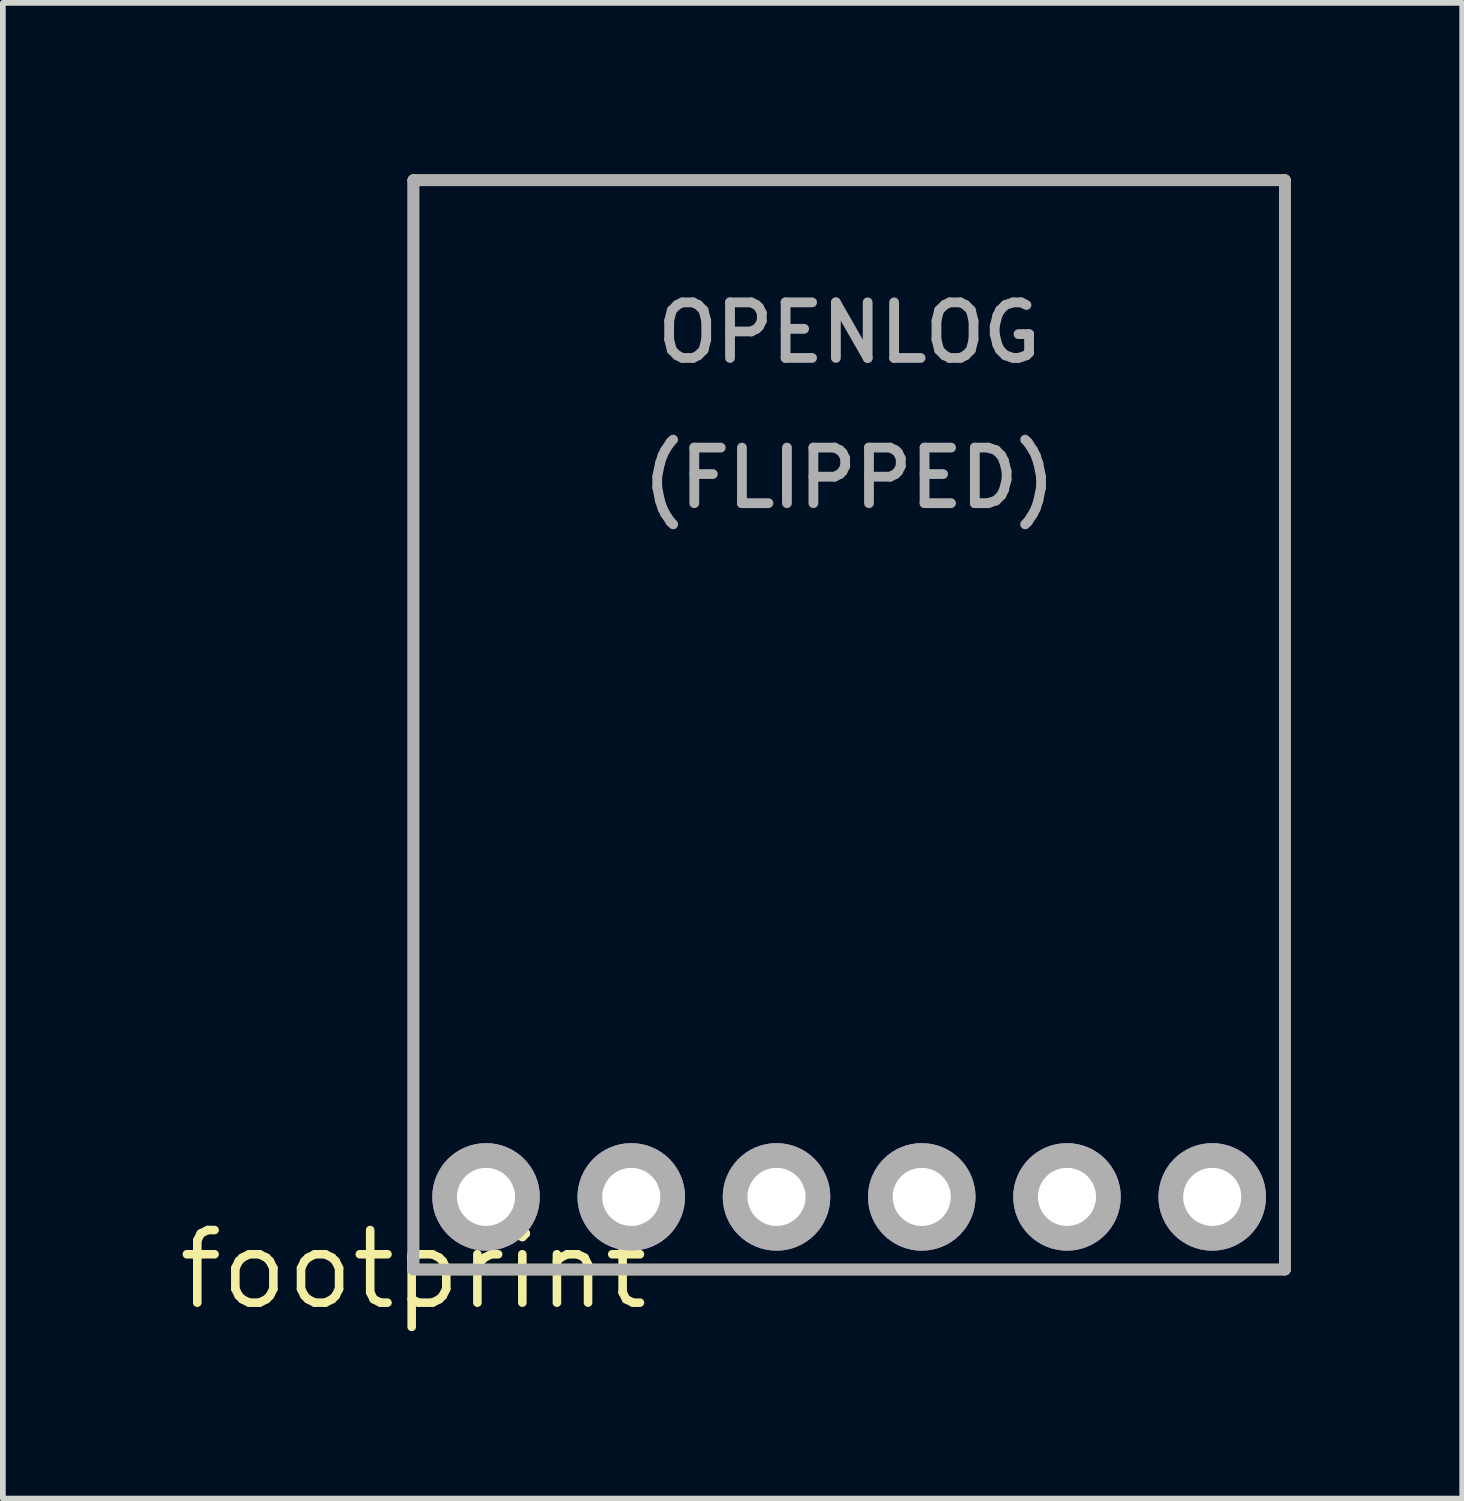
<source format=kicad_pcb>
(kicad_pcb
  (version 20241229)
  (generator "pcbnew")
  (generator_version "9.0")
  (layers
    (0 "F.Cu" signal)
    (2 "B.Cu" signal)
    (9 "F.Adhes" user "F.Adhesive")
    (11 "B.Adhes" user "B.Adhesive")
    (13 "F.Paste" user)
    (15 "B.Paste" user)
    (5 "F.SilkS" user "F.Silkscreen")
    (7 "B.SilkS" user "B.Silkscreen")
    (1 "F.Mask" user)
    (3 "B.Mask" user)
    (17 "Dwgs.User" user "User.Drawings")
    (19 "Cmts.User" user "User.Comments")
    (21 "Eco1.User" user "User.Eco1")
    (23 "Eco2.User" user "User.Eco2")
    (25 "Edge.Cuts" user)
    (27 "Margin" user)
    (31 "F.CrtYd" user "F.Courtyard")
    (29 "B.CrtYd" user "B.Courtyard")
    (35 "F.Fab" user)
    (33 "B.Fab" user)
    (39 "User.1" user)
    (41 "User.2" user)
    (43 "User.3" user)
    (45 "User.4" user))
  (footprint "footprint"
    (layer "F.Cu")
    (at 4.18 19.152)
    (property "Reference" "footprint" (at 0 0 0) (layer "F.SilkS") (effects (font (size 1.27 1.27) (thickness 0.15))))
    (fp_line (start 0 -19.05) (end 0 0) (stroke (width 0.203) (type solid)) (layer "F.SilkS"))
    (fp_line (start 0 0) (end 15.24 0) (stroke (width 0.203) (type solid)) (layer "F.SilkS"))
    (fp_line (start 15.24 -19.05) (end 0 -19.05) (stroke (width 0.203) (type solid)) (layer "F.SilkS"))
    (fp_line (start 15.24 0) (end 15.24 -19.05) (stroke (width 0.203) (type solid)) (layer "F.SilkS"))
    (fp_line (start 0 -19.05) (end 0 0) (stroke (width 0.203) (type solid)) (layer "F.Fab"))
    (fp_line (start 0 0) (end 15.24 0) (stroke (width 0.203) (type solid)) (layer "F.Fab"))
    (fp_line (start 15.24 -19.05) (end 0 -19.05) (stroke (width 0.203) (type solid)) (layer "F.Fab"))
    (fp_line (start 15.24 0) (end 15.24 -19.05) (stroke (width 0.203) (type solid)) (layer "F.Fab"))
    (fp_circle (center 1.27 -1.27) (end 1.74 -1.27) (stroke (width 0.94) (type solid)) (fill no) (layer "F.Fab"))
    (fp_circle (center 3.81 -1.27) (end 4.28 -1.27) (stroke (width 0.94) (type solid)) (fill no) (layer "F.Fab"))
    (fp_circle (center 6.35 -1.27) (end 6.82 -1.27) (stroke (width 0.94) (type solid)) (fill no) (layer "F.Fab"))
    (fp_circle (center 8.89 -1.27) (end 9.36 -1.27) (stroke (width 0.94) (type solid)) (fill no) (layer "F.Fab"))
    (fp_circle (center 11.43 -1.27) (end 11.9 -1.27) (stroke (width 0.94) (type solid)) (fill no) (layer "F.Fab"))
    (fp_circle (center 13.97 -1.27) (end 14.44 -1.27) (stroke (width 0.94) (type solid)) (fill no) (layer "F.Fab"))
    (fp_text user "(FLIPPED)" (at 7.62 -13.843 0) (layer "F.Fab") (effects (font (size 0.972 0.972) (thickness 0.171))))
    (fp_text user "OPENLOG" (at 7.62 -16.383 0) (layer "F.Fab") (effects (font (size 0.972 0.972) (thickness 0.171))))
    (pad "BLK" thru_hole circle (at 1.27 -1.27) (size 1.88 1.88) (drill 1.016) (layers "*.Cu" "*.Mask"))
    (pad "GND" thru_hole circle (at 3.81 -1.27) (size 1.88 1.88) (drill 1.016) (layers "*.Cu" "*.Mask"))
    (pad "GRN" thru_hole circle (at 13.97 -1.27) (size 1.88 1.88) (drill 1.016) (layers "*.Cu" "*.Mask"))
    (pad "RXI" thru_hole circle (at 11.43 -1.27) (size 1.88 1.88) (drill 1.016) (layers "*.Cu" "*.Mask"))
    (pad "TXO" thru_hole circle (at 8.89 -1.27) (size 1.88 1.88) (drill 1.016) (layers "*.Cu" "*.Mask"))
    (pad "VCC" thru_hole circle (at 6.35 -1.27) (size 1.88 1.88) (drill 1.016) (layers "*.Cu" "*.Mask")))
  (gr_rect
    (start -3 -3)
    (end 22.522 23.158)
    (stroke (width 0.1) (type default))
    (fill no)
    (layer "Edge.Cuts")))
</source>
